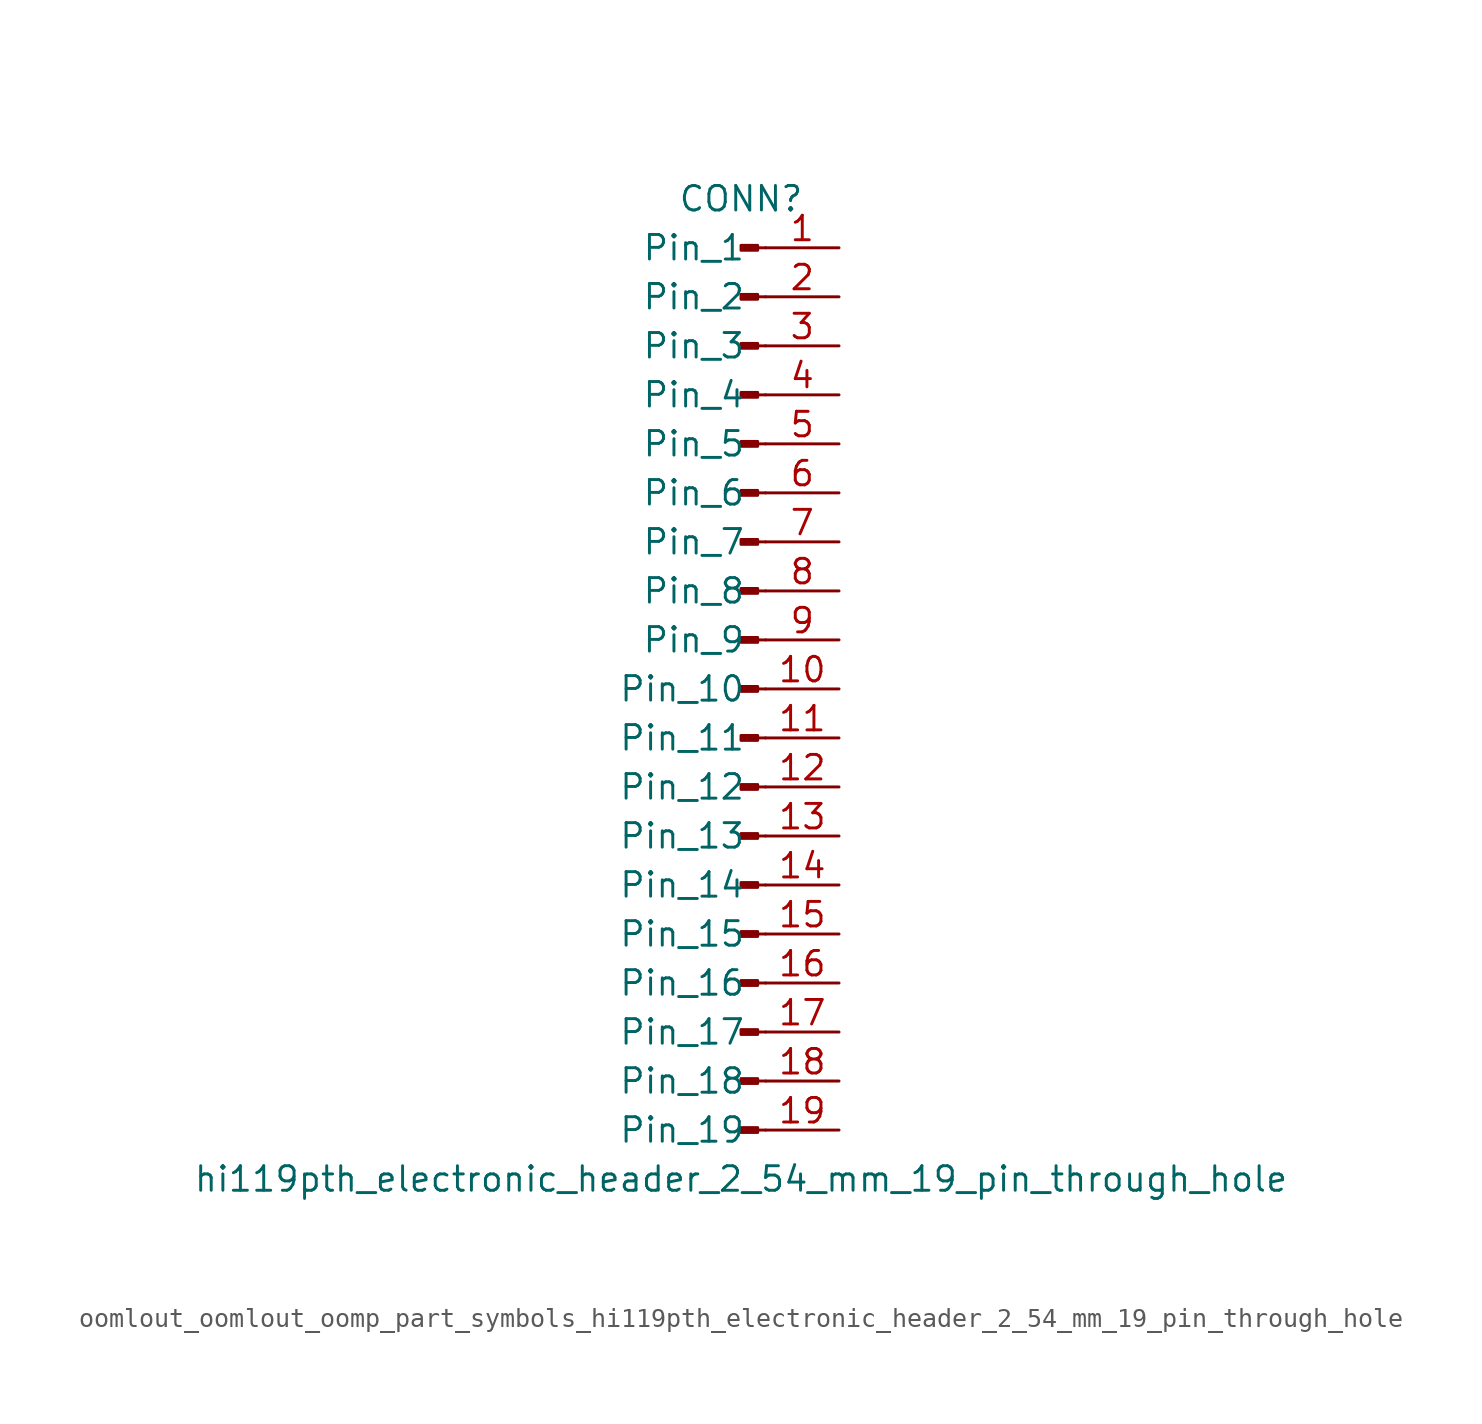
<source format=kicad_sym>
(kicad_symbol_lib
  (version 20220914)
  (generator kicad_symbol_editor)
  (symbol "oomlout_oomlout_oomp_part_symbols_hi119pth_electronic_header_2_54_mm_19_pin_through_hole"
    (pin_names
      (offset 1.016))
    (property "Reference" "CONN"
      (at 0 25.4 0)
      (effects (font (size 1.27 1.27))))
    (property "Value" "hi119pth_electronic_header_2_54_mm_19_pin_through_hole"
      (at 0 -25.4 0)
      (effects (font (size 1.27 1.27))))
    (property "ki_locked" ""
      (at 0 0 0)
      (effects (font (size 1.27 1.27))))
    (symbol "oomlout_oomlout_oomp_part_symbols_hi119pth_electronic_header_2_54_mm_19_pin_through_hole_1_1"
      (polyline (pts (xy 1.27 -22.86) (xy 0.864 -22.86)) (stroke (width 0.152) (type default)) (fill (type none)))
      (polyline (pts (xy 1.27 -20.32) (xy 0.864 -20.32)) (stroke (width 0.152) (type default)) (fill (type none)))
      (polyline (pts (xy 1.27 -17.78) (xy 0.864 -17.78)) (stroke (width 0.152) (type default)) (fill (type none)))
      (polyline (pts (xy 1.27 -15.24) (xy 0.864 -15.24)) (stroke (width 0.152) (type default)) (fill (type none)))
      (polyline (pts (xy 1.27 -12.7) (xy 0.864 -12.7)) (stroke (width 0.152) (type default)) (fill (type none)))
      (polyline (pts (xy 1.27 -10.16) (xy 0.864 -10.16)) (stroke (width 0.152) (type default)) (fill (type none)))
      (polyline (pts (xy 1.27 -7.62) (xy 0.864 -7.62)) (stroke (width 0.152) (type default)) (fill (type none)))
      (polyline (pts (xy 1.27 -5.08) (xy 0.864 -5.08)) (stroke (width 0.152) (type default)) (fill (type none)))
      (polyline (pts (xy 1.27 -2.54) (xy 0.864 -2.54)) (stroke (width 0.152) (type default)) (fill (type none)))
      (polyline (pts (xy 1.27 0) (xy 0.864 0)) (stroke (width 0.152) (type default)) (fill (type none)))
      (polyline (pts (xy 1.27 2.54) (xy 0.864 2.54)) (stroke (width 0.152) (type default)) (fill (type none)))
      (polyline (pts (xy 1.27 5.08) (xy 0.864 5.08)) (stroke (width 0.152) (type default)) (fill (type none)))
      (polyline (pts (xy 1.27 7.62) (xy 0.864 7.62)) (stroke (width 0.152) (type default)) (fill (type none)))
      (polyline (pts (xy 1.27 10.16) (xy 0.864 10.16)) (stroke (width 0.152) (type default)) (fill (type none)))
      (polyline (pts (xy 1.27 12.7) (xy 0.864 12.7)) (stroke (width 0.152) (type default)) (fill (type none)))
      (polyline (pts (xy 1.27 15.24) (xy 0.864 15.24)) (stroke (width 0.152) (type default)) (fill (type none)))
      (polyline (pts (xy 1.27 17.78) (xy 0.864 17.78)) (stroke (width 0.152) (type default)) (fill (type none)))
      (polyline (pts (xy 1.27 20.32) (xy 0.864 20.32)) (stroke (width 0.152) (type default)) (fill (type none)))
      (polyline (pts (xy 1.27 22.86) (xy 0.864 22.86)) (stroke (width 0.152) (type default)) (fill (type none)))
      (rectangle (start 0.864 -22.733) (end 0 -22.987) (stroke (width 0.152) (type default)) (fill (type outline)))
      (rectangle (start 0.864 -20.193) (end 0 -20.447) (stroke (width 0.152) (type default)) (fill (type outline)))
      (rectangle (start 0.864 -17.653) (end 0 -17.907) (stroke (width 0.152) (type default)) (fill (type outline)))
      (rectangle (start 0.864 -15.113) (end 0 -15.367) (stroke (width 0.152) (type default)) (fill (type outline)))
      (rectangle (start 0.864 -12.573) (end 0 -12.827) (stroke (width 0.152) (type default)) (fill (type outline)))
      (rectangle (start 0.864 -10.033) (end 0 -10.287) (stroke (width 0.152) (type default)) (fill (type outline)))
      (rectangle (start 0.864 -7.493) (end 0 -7.747) (stroke (width 0.152) (type default)) (fill (type outline)))
      (rectangle (start 0.864 -4.953) (end 0 -5.207) (stroke (width 0.152) (type default)) (fill (type outline)))
      (rectangle (start 0.864 -2.413) (end 0 -2.667) (stroke (width 0.152) (type default)) (fill (type outline)))
      (rectangle (start 0.864 0.127) (end 0 -0.127) (stroke (width 0.152) (type default)) (fill (type outline)))
      (rectangle (start 0.864 2.667) (end 0 2.413) (stroke (width 0.152) (type default)) (fill (type outline)))
      (rectangle (start 0.864 5.207) (end 0 4.953) (stroke (width 0.152) (type default)) (fill (type outline)))
      (rectangle (start 0.864 7.747) (end 0 7.493) (stroke (width 0.152) (type default)) (fill (type outline)))
      (rectangle (start 0.864 10.287) (end 0 10.033) (stroke (width 0.152) (type default)) (fill (type outline)))
      (rectangle (start 0.864 12.827) (end 0 12.573) (stroke (width 0.152) (type default)) (fill (type outline)))
      (rectangle (start 0.864 15.367) (end 0 15.113) (stroke (width 0.152) (type default)) (fill (type outline)))
      (rectangle (start 0.864 17.907) (end 0 17.653) (stroke (width 0.152) (type default)) (fill (type outline)))
      (rectangle (start 0.864 20.447) (end 0 20.193) (stroke (width 0.152) (type default)) (fill (type outline)))
      (rectangle (start 0.864 22.987) (end 0 22.733) (stroke (width 0.152) (type default)) (fill (type outline)))
      (pin passive line (at 5.08 22.86 180) (length 3.81) (name "Pin_1" (effects (font (size 1.27 1.27)))) (number "1" (effects (font (size 1.27 1.27)))))
      (pin passive line (at 5.08 0 180) (length 3.81) (name "Pin_10" (effects (font (size 1.27 1.27)))) (number "10" (effects (font (size 1.27 1.27)))))
      (pin passive line (at 5.08 -2.54 180) (length 3.81) (name "Pin_11" (effects (font (size 1.27 1.27)))) (number "11" (effects (font (size 1.27 1.27)))))
      (pin passive line (at 5.08 -5.08 180) (length 3.81) (name "Pin_12" (effects (font (size 1.27 1.27)))) (number "12" (effects (font (size 1.27 1.27)))))
      (pin passive line (at 5.08 -7.62 180) (length 3.81) (name "Pin_13" (effects (font (size 1.27 1.27)))) (number "13" (effects (font (size 1.27 1.27)))))
      (pin passive line (at 5.08 -10.16 180) (length 3.81) (name "Pin_14" (effects (font (size 1.27 1.27)))) (number "14" (effects (font (size 1.27 1.27)))))
      (pin passive line (at 5.08 -12.7 180) (length 3.81) (name "Pin_15" (effects (font (size 1.27 1.27)))) (number "15" (effects (font (size 1.27 1.27)))))
      (pin passive line (at 5.08 -15.24 180) (length 3.81) (name "Pin_16" (effects (font (size 1.27 1.27)))) (number "16" (effects (font (size 1.27 1.27)))))
      (pin passive line (at 5.08 -17.78 180) (length 3.81) (name "Pin_17" (effects (font (size 1.27 1.27)))) (number "17" (effects (font (size 1.27 1.27)))))
      (pin passive line (at 5.08 -20.32 180) (length 3.81) (name "Pin_18" (effects (font (size 1.27 1.27)))) (number "18" (effects (font (size 1.27 1.27)))))
      (pin passive line (at 5.08 -22.86 180) (length 3.81) (name "Pin_19" (effects (font (size 1.27 1.27)))) (number "19" (effects (font (size 1.27 1.27)))))
      (pin passive line (at 5.08 20.32 180) (length 3.81) (name "Pin_2" (effects (font (size 1.27 1.27)))) (number "2" (effects (font (size 1.27 1.27)))))
      (pin passive line (at 5.08 17.78 180) (length 3.81) (name "Pin_3" (effects (font (size 1.27 1.27)))) (number "3" (effects (font (size 1.27 1.27)))))
      (pin passive line (at 5.08 15.24 180) (length 3.81) (name "Pin_4" (effects (font (size 1.27 1.27)))) (number "4" (effects (font (size 1.27 1.27)))))
      (pin passive line (at 5.08 12.7 180) (length 3.81) (name "Pin_5" (effects (font (size 1.27 1.27)))) (number "5" (effects (font (size 1.27 1.27)))))
      (pin passive line (at 5.08 10.16 180) (length 3.81) (name "Pin_6" (effects (font (size 1.27 1.27)))) (number "6" (effects (font (size 1.27 1.27)))))
      (pin passive line (at 5.08 7.62 180) (length 3.81) (name "Pin_7" (effects (font (size 1.27 1.27)))) (number "7" (effects (font (size 1.27 1.27)))))
      (pin passive line (at 5.08 5.08 180) (length 3.81) (name "Pin_8" (effects (font (size 1.27 1.27)))) (number "8" (effects (font (size 1.27 1.27)))))
      (pin passive line (at 5.08 2.54 180) (length 3.81) (name "Pin_9" (effects (font (size 1.27 1.27)))) (number "9" (effects (font (size 1.27 1.27))))))))
</source>
